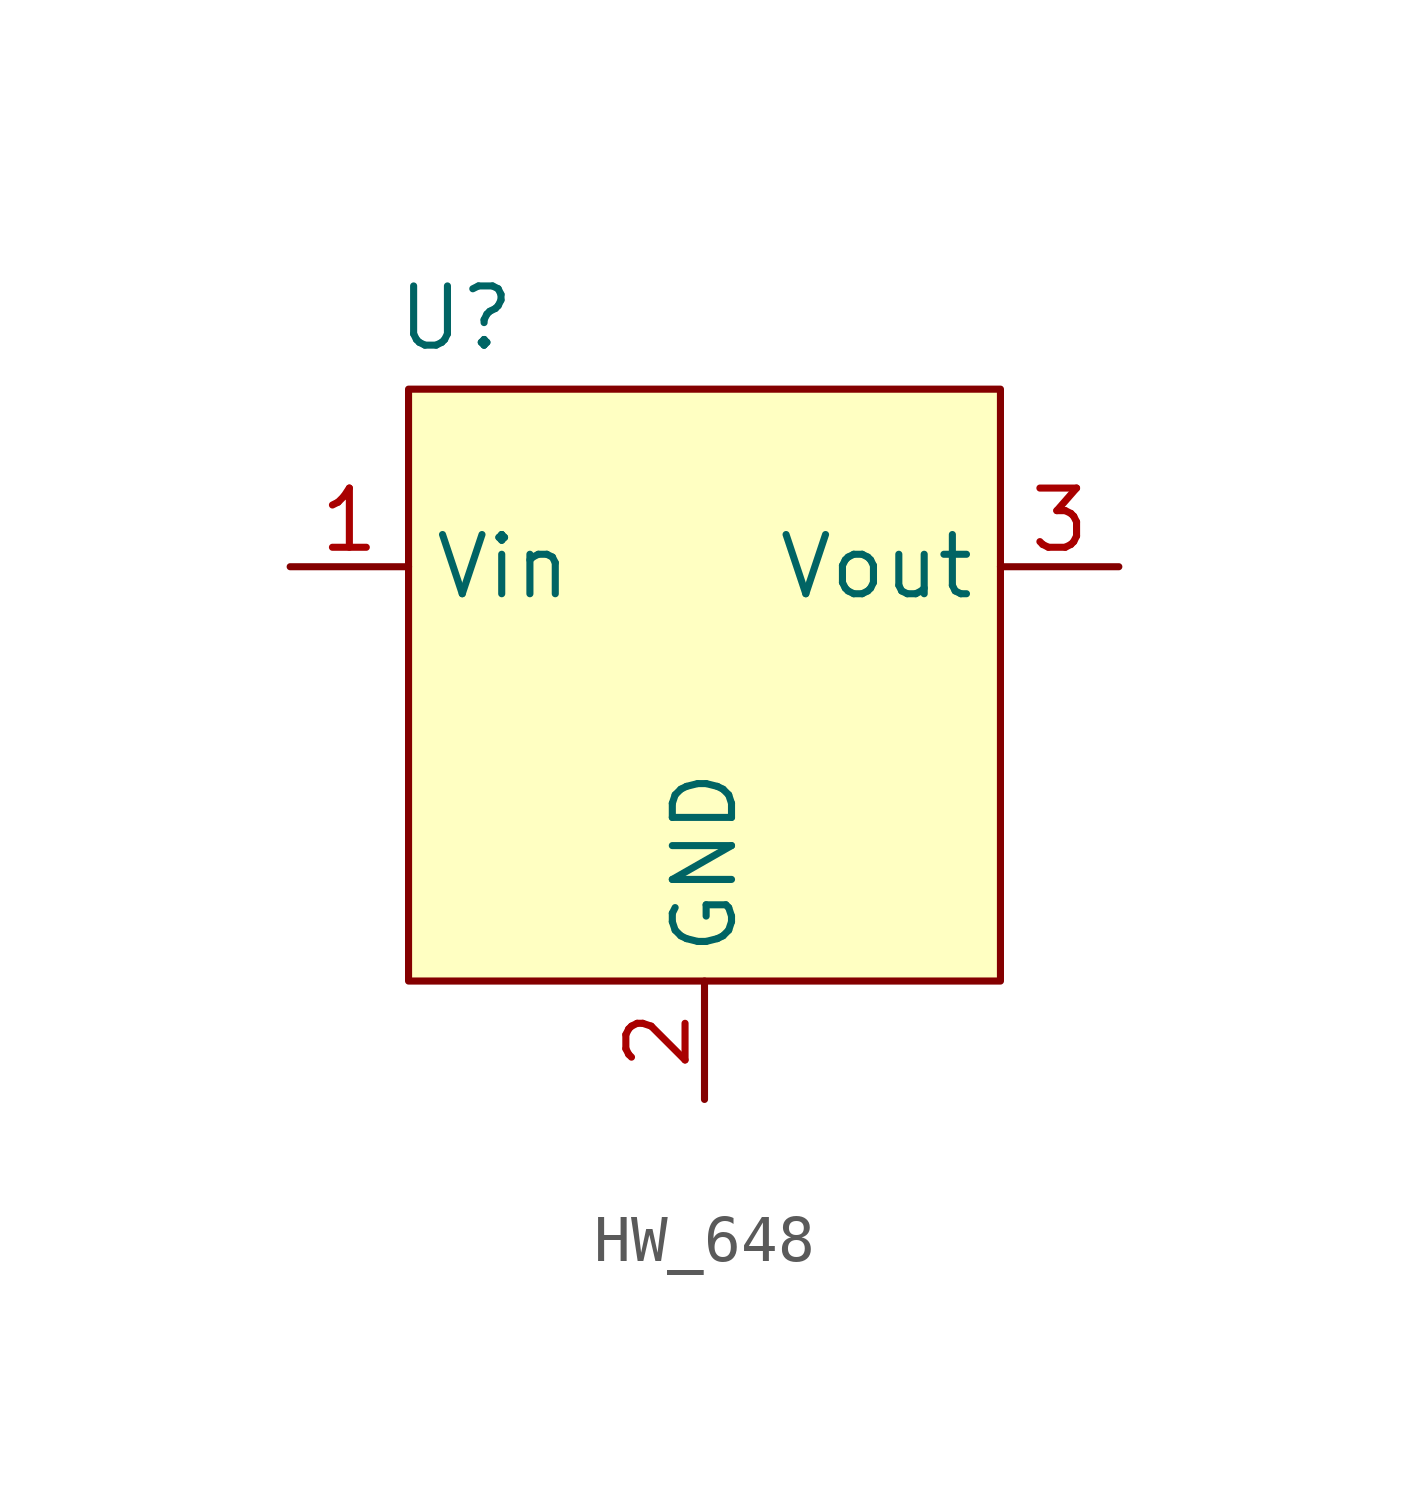
<source format=kicad_sym>
(kicad_symbol_lib
  (version 20241209)
  (generator "kicad_symbol_editor")
  (generator_version "9.0")
  (symbol "HW_648"
    (property "Reference" "U"
      (at -5.334 6.604 0)
      (effects (font (size 1.27 1.27))))
    (property "Value" ""
      (at 0 0 0)
      (effects (font (size 1.27 1.27))))
    (symbol "HW_648_1_1"
      (rectangle (start -6.35 5.08) (end 6.35 -7.62) (stroke (width 0) (type solid)) (fill (type color) (color 255 255 194 1)))
      (pin input line (at -8.89 1.27 0) (length 2.54) (name "Vin" (effects (font (size 1.27 1.27)))) (number "1" (effects (font (size 1.27 1.27)))))
      (pin input line (at 0 -10.16 90) (length 2.54) (name "GND" (effects (font (size 1.27 1.27)))) (number "2" (effects (font (size 1.27 1.27)))))
      (pin input line (at 8.89 1.27 180) (length 2.54) (name "Vout" (effects (font (size 1.27 1.27)))) (number "3" (effects (font (size 1.27 1.27))))))))
</source>
